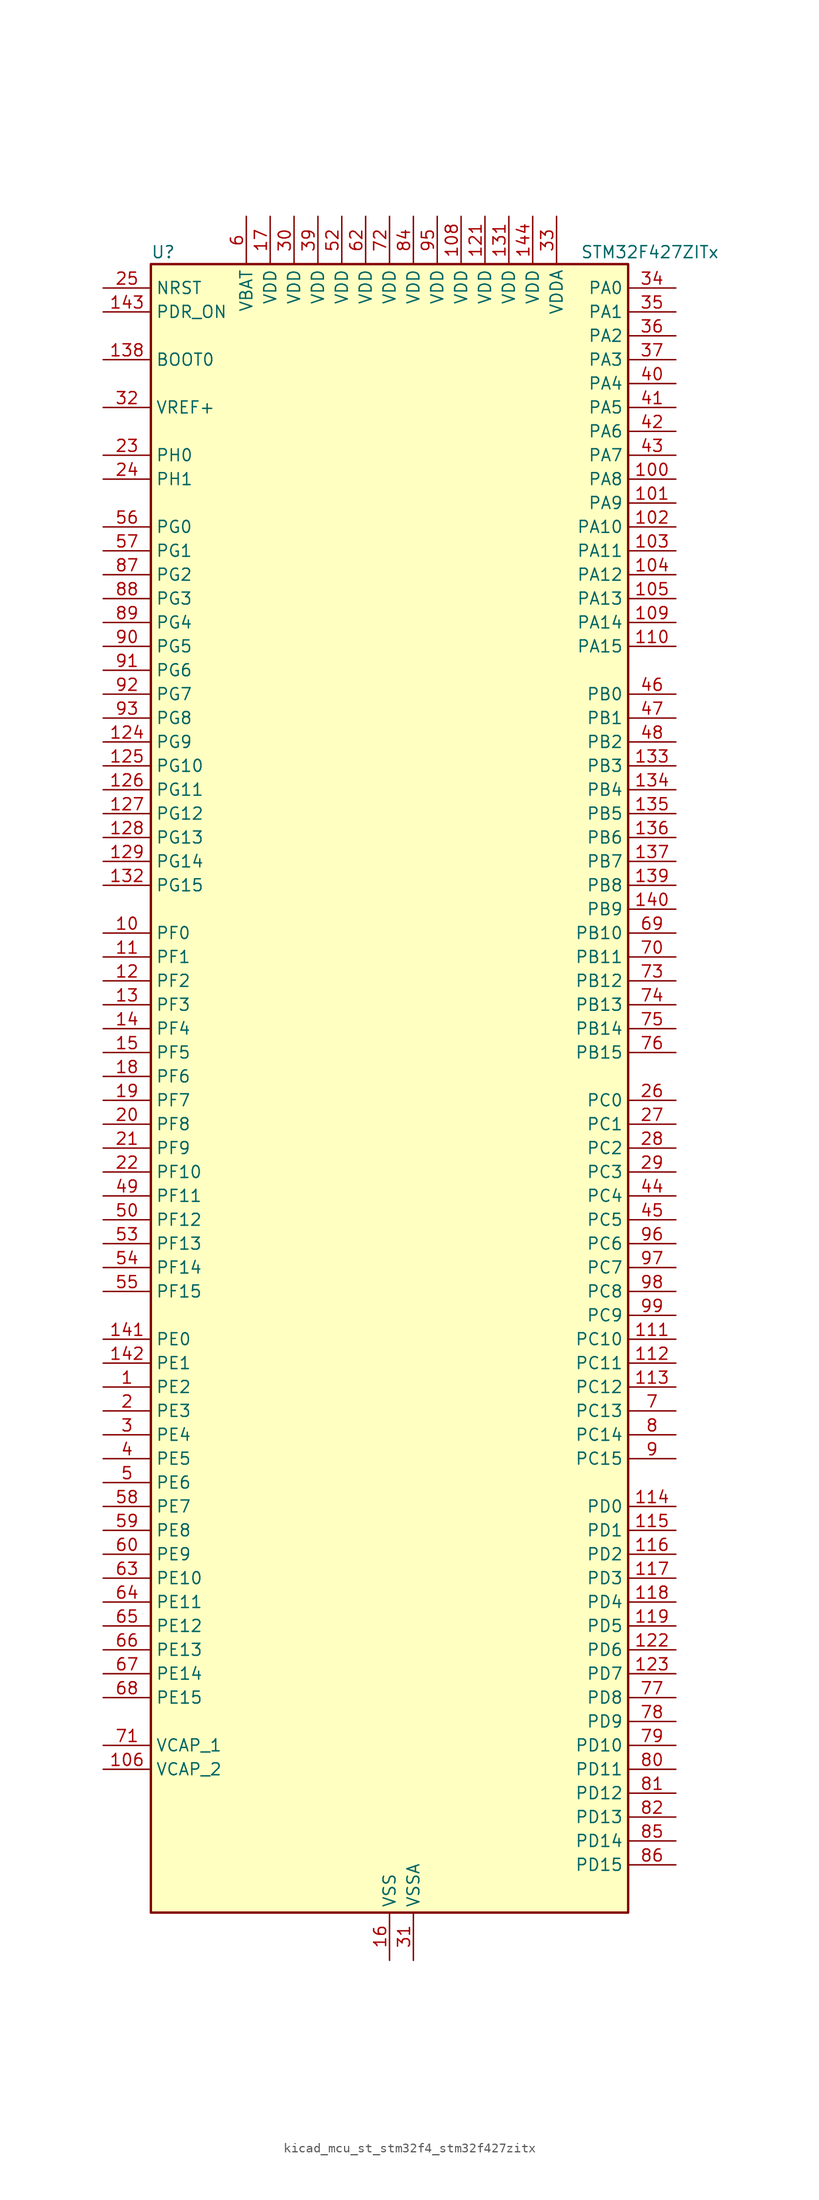
<source format=kicad_sym>
(kicad_symbol_lib
  (version 20220914)
  (generator kicad_symbol_editor)
  (symbol "kicad_mcu_st_stm32f4_stm32f427zitx"
    (property "Reference" "U"
      (at -25.4 90.17 0)
      (effects (font (size 1.27 1.27)) (justify left)))
    (property "Value" "STM32F427ZITx"
      (at 20.32 90.17 0)
      (effects (font (size 1.27 1.27)) (justify left)))
    (property "ki_locked" ""
      (at 0 0 0)
      (effects (font (size 1.27 1.27))))
    (symbol "kicad_mcu_st_stm32f4_stm32f427zitx_0_1"
      (rectangle (start -25.4 -86.36) (end 25.4 88.9) (stroke (width 0.254) (type default)) (fill (type background))))
    (symbol "kicad_mcu_st_stm32f4_stm32f427zitx_1_1"
      (pin bidirectional line (at -30.48 -30.48 0) (length 5.08) (name "PE2" (effects (font (size 1.27 1.27)))) (number "1" (effects (font (size 1.27 1.27)))) (alternate "ETH_TXD3" bidirectional line) (alternate "FMC_A23" bidirectional line) (alternate "SAI1_MCLK_A" bidirectional line) (alternate "SPI4_SCK" bidirectional line) (alternate "SYS_TRACECLK" bidirectional line))
      (pin bidirectional line (at -30.48 17.78 0) (length 5.08) (name "PF0" (effects (font (size 1.27 1.27)))) (number "10" (effects (font (size 1.27 1.27)))) (alternate "FMC_A0" bidirectional line) (alternate "I2C2_SDA" bidirectional line))
      (pin bidirectional line (at 30.48 66.04 180) (length 5.08) (name "PA8" (effects (font (size 1.27 1.27)))) (number "100" (effects (font (size 1.27 1.27)))) (alternate "I2C3_SCL" bidirectional line) (alternate "RCC_MCO_1" bidirectional line) (alternate "TIM1_CH1" bidirectional line) (alternate "USART1_CK" bidirectional line) (alternate "USB_OTG_FS_SOF" bidirectional line))
      (pin bidirectional line (at 30.48 63.5 180) (length 5.08) (name "PA9" (effects (font (size 1.27 1.27)))) (number "101" (effects (font (size 1.27 1.27)))) (alternate "DAC_EXTI9" bidirectional line) (alternate "DCMI_D0" bidirectional line) (alternate "I2C3_SMBA" bidirectional line) (alternate "TIM1_CH2" bidirectional line) (alternate "USART1_TX" bidirectional line) (alternate "USB_OTG_FS_VBUS" bidirectional line))
      (pin bidirectional line (at 30.48 60.96 180) (length 5.08) (name "PA10" (effects (font (size 1.27 1.27)))) (number "102" (effects (font (size 1.27 1.27)))) (alternate "DCMI_D1" bidirectional line) (alternate "TIM1_CH3" bidirectional line) (alternate "USART1_RX" bidirectional line) (alternate "USB_OTG_FS_ID" bidirectional line))
      (pin bidirectional line (at 30.48 58.42 180) (length 5.08) (name "PA11" (effects (font (size 1.27 1.27)))) (number "103" (effects (font (size 1.27 1.27)))) (alternate "ADC1_EXTI11" bidirectional line) (alternate "ADC2_EXTI11" bidirectional line) (alternate "ADC3_EXTI11" bidirectional line) (alternate "CAN1_RX" bidirectional line) (alternate "TIM1_CH4" bidirectional line) (alternate "USART1_CTS" bidirectional line) (alternate "USB_OTG_FS_DM" bidirectional line))
      (pin bidirectional line (at 30.48 55.88 180) (length 5.08) (name "PA12" (effects (font (size 1.27 1.27)))) (number "104" (effects (font (size 1.27 1.27)))) (alternate "CAN1_TX" bidirectional line) (alternate "TIM1_ETR" bidirectional line) (alternate "USART1_RTS" bidirectional line) (alternate "USB_OTG_FS_DP" bidirectional line))
      (pin bidirectional line (at 30.48 53.34 180) (length 5.08) (name "PA13" (effects (font (size 1.27 1.27)))) (number "105" (effects (font (size 1.27 1.27)))) (alternate "SYS_JTMS-SWDIO" bidirectional line))
      (pin power_out line (at -30.48 -71.12 0) (length 5.08) (name "VCAP_2" (effects (font (size 1.27 1.27)))) (number "106" (effects (font (size 1.27 1.27)))))
      (pin passive line (at 0 -91.44 90) (length 5.08) hide (name "VSS" (effects (font (size 1.27 1.27)))) (number "107" (effects (font (size 1.27 1.27)))))
      (pin power_in line (at 7.62 93.98 270) (length 5.08) (name "VDD" (effects (font (size 1.27 1.27)))) (number "108" (effects (font (size 1.27 1.27)))))
      (pin bidirectional line (at 30.48 50.8 180) (length 5.08) (name "PA14" (effects (font (size 1.27 1.27)))) (number "109" (effects (font (size 1.27 1.27)))) (alternate "SYS_JTCK-SWCLK" bidirectional line))
      (pin bidirectional line (at -30.48 15.24 0) (length 5.08) (name "PF1" (effects (font (size 1.27 1.27)))) (number "11" (effects (font (size 1.27 1.27)))) (alternate "FMC_A1" bidirectional line) (alternate "I2C2_SCL" bidirectional line))
      (pin bidirectional line (at 30.48 48.26 180) (length 5.08) (name "PA15" (effects (font (size 1.27 1.27)))) (number "110" (effects (font (size 1.27 1.27)))) (alternate "ADC1_EXTI15" bidirectional line) (alternate "ADC2_EXTI15" bidirectional line) (alternate "ADC3_EXTI15" bidirectional line) (alternate "I2S3_WS" bidirectional line) (alternate "SPI1_NSS" bidirectional line) (alternate "SPI3_NSS" bidirectional line) (alternate "SYS_JTDI" bidirectional line) (alternate "TIM2_CH1" bidirectional line) (alternate "TIM2_ETR" bidirectional line))
      (pin bidirectional line (at 30.48 -25.4 180) (length 5.08) (name "PC10" (effects (font (size 1.27 1.27)))) (number "111" (effects (font (size 1.27 1.27)))) (alternate "DCMI_D8" bidirectional line) (alternate "I2S3_CK" bidirectional line) (alternate "SDIO_D2" bidirectional line) (alternate "SPI3_SCK" bidirectional line) (alternate "UART4_TX" bidirectional line) (alternate "USART3_TX" bidirectional line))
      (pin bidirectional line (at 30.48 -27.94 180) (length 5.08) (name "PC11" (effects (font (size 1.27 1.27)))) (number "112" (effects (font (size 1.27 1.27)))) (alternate "ADC1_EXTI11" bidirectional line) (alternate "ADC2_EXTI11" bidirectional line) (alternate "ADC3_EXTI11" bidirectional line) (alternate "DCMI_D4" bidirectional line) (alternate "I2S3_ext_SD" bidirectional line) (alternate "SDIO_D3" bidirectional line) (alternate "SPI3_MISO" bidirectional line) (alternate "UART4_RX" bidirectional line) (alternate "USART3_RX" bidirectional line))
      (pin bidirectional line (at 30.48 -30.48 180) (length 5.08) (name "PC12" (effects (font (size 1.27 1.27)))) (number "113" (effects (font (size 1.27 1.27)))) (alternate "DCMI_D9" bidirectional line) (alternate "I2S3_SD" bidirectional line) (alternate "SDIO_CK" bidirectional line) (alternate "SPI3_MOSI" bidirectional line) (alternate "UART5_TX" bidirectional line) (alternate "USART3_CK" bidirectional line))
      (pin bidirectional line (at 30.48 -43.18 180) (length 5.08) (name "PD0" (effects (font (size 1.27 1.27)))) (number "114" (effects (font (size 1.27 1.27)))) (alternate "CAN1_RX" bidirectional line) (alternate "FMC_D2" bidirectional line) (alternate "FMC_DA2" bidirectional line))
      (pin bidirectional line (at 30.48 -45.72 180) (length 5.08) (name "PD1" (effects (font (size 1.27 1.27)))) (number "115" (effects (font (size 1.27 1.27)))) (alternate "CAN1_TX" bidirectional line) (alternate "FMC_D3" bidirectional line) (alternate "FMC_DA3" bidirectional line))
      (pin bidirectional line (at 30.48 -48.26 180) (length 5.08) (name "PD2" (effects (font (size 1.27 1.27)))) (number "116" (effects (font (size 1.27 1.27)))) (alternate "DCMI_D11" bidirectional line) (alternate "SDIO_CMD" bidirectional line) (alternate "TIM3_ETR" bidirectional line) (alternate "UART5_RX" bidirectional line))
      (pin bidirectional line (at 30.48 -50.8 180) (length 5.08) (name "PD3" (effects (font (size 1.27 1.27)))) (number "117" (effects (font (size 1.27 1.27)))) (alternate "DCMI_D5" bidirectional line) (alternate "FMC_CLK" bidirectional line) (alternate "I2S2_CK" bidirectional line) (alternate "SPI2_SCK" bidirectional line) (alternate "USART2_CTS" bidirectional line))
      (pin bidirectional line (at 30.48 -53.34 180) (length 5.08) (name "PD4" (effects (font (size 1.27 1.27)))) (number "118" (effects (font (size 1.27 1.27)))) (alternate "FMC_NOE" bidirectional line) (alternate "USART2_RTS" bidirectional line))
      (pin bidirectional line (at 30.48 -55.88 180) (length 5.08) (name "PD5" (effects (font (size 1.27 1.27)))) (number "119" (effects (font (size 1.27 1.27)))) (alternate "FMC_NWE" bidirectional line) (alternate "USART2_TX" bidirectional line))
      (pin bidirectional line (at -30.48 12.7 0) (length 5.08) (name "PF2" (effects (font (size 1.27 1.27)))) (number "12" (effects (font (size 1.27 1.27)))) (alternate "FMC_A2" bidirectional line) (alternate "I2C2_SMBA" bidirectional line))
      (pin passive line (at 0 -91.44 90) (length 5.08) hide (name "VSS" (effects (font (size 1.27 1.27)))) (number "120" (effects (font (size 1.27 1.27)))))
      (pin power_in line (at 10.16 93.98 270) (length 5.08) (name "VDD" (effects (font (size 1.27 1.27)))) (number "121" (effects (font (size 1.27 1.27)))))
      (pin bidirectional line (at 30.48 -58.42 180) (length 5.08) (name "PD6" (effects (font (size 1.27 1.27)))) (number "122" (effects (font (size 1.27 1.27)))) (alternate "DCMI_D10" bidirectional line) (alternate "FMC_NWAIT" bidirectional line) (alternate "I2S3_SD" bidirectional line) (alternate "SAI1_SD_A" bidirectional line) (alternate "SPI3_MOSI" bidirectional line) (alternate "USART2_RX" bidirectional line))
      (pin bidirectional line (at 30.48 -60.96 180) (length 5.08) (name "PD7" (effects (font (size 1.27 1.27)))) (number "123" (effects (font (size 1.27 1.27)))) (alternate "FMC_NCE2" bidirectional line) (alternate "FMC_NE1" bidirectional line) (alternate "USART2_CK" bidirectional line))
      (pin bidirectional line (at -30.48 38.1 0) (length 5.08) (name "PG9" (effects (font (size 1.27 1.27)))) (number "124" (effects (font (size 1.27 1.27)))) (alternate "DAC_EXTI9" bidirectional line) (alternate "DCMI_VSYNC" bidirectional line) (alternate "FMC_NCE3" bidirectional line) (alternate "FMC_NE2" bidirectional line) (alternate "USART6_RX" bidirectional line))
      (pin bidirectional line (at -30.48 35.56 0) (length 5.08) (name "PG10" (effects (font (size 1.27 1.27)))) (number "125" (effects (font (size 1.27 1.27)))) (alternate "DCMI_D2" bidirectional line) (alternate "FMC_NCE4_1" bidirectional line) (alternate "FMC_NE3" bidirectional line))
      (pin bidirectional line (at -30.48 33.02 0) (length 5.08) (name "PG11" (effects (font (size 1.27 1.27)))) (number "126" (effects (font (size 1.27 1.27)))) (alternate "ADC1_EXTI11" bidirectional line) (alternate "ADC2_EXTI11" bidirectional line) (alternate "ADC3_EXTI11" bidirectional line) (alternate "DCMI_D3" bidirectional line) (alternate "ETH_TX_EN" bidirectional line) (alternate "FMC_NCE4_2" bidirectional line))
      (pin bidirectional line (at -30.48 30.48 0) (length 5.08) (name "PG12" (effects (font (size 1.27 1.27)))) (number "127" (effects (font (size 1.27 1.27)))) (alternate "FMC_NE4" bidirectional line) (alternate "SPI6_MISO" bidirectional line) (alternate "USART6_RTS" bidirectional line))
      (pin bidirectional line (at -30.48 27.94 0) (length 5.08) (name "PG13" (effects (font (size 1.27 1.27)))) (number "128" (effects (font (size 1.27 1.27)))) (alternate "ETH_TXD0" bidirectional line) (alternate "FMC_A24" bidirectional line) (alternate "SPI6_SCK" bidirectional line) (alternate "USART6_CTS" bidirectional line))
      (pin bidirectional line (at -30.48 25.4 0) (length 5.08) (name "PG14" (effects (font (size 1.27 1.27)))) (number "129" (effects (font (size 1.27 1.27)))) (alternate "ETH_TXD1" bidirectional line) (alternate "FMC_A25" bidirectional line) (alternate "SPI6_MOSI" bidirectional line) (alternate "USART6_TX" bidirectional line))
      (pin bidirectional line (at -30.48 10.16 0) (length 5.08) (name "PF3" (effects (font (size 1.27 1.27)))) (number "13" (effects (font (size 1.27 1.27)))) (alternate "ADC3_IN9" bidirectional line) (alternate "FMC_A3" bidirectional line))
      (pin passive line (at 0 -91.44 90) (length 5.08) hide (name "VSS" (effects (font (size 1.27 1.27)))) (number "130" (effects (font (size 1.27 1.27)))))
      (pin power_in line (at 12.7 93.98 270) (length 5.08) (name "VDD" (effects (font (size 1.27 1.27)))) (number "131" (effects (font (size 1.27 1.27)))))
      (pin bidirectional line (at -30.48 22.86 0) (length 5.08) (name "PG15" (effects (font (size 1.27 1.27)))) (number "132" (effects (font (size 1.27 1.27)))) (alternate "ADC1_EXTI15" bidirectional line) (alternate "ADC2_EXTI15" bidirectional line) (alternate "ADC3_EXTI15" bidirectional line) (alternate "DCMI_D13" bidirectional line) (alternate "FMC_SDNCAS" bidirectional line) (alternate "USART6_CTS" bidirectional line))
      (pin bidirectional line (at 30.48 35.56 180) (length 5.08) (name "PB3" (effects (font (size 1.27 1.27)))) (number "133" (effects (font (size 1.27 1.27)))) (alternate "I2S3_CK" bidirectional line) (alternate "SPI1_SCK" bidirectional line) (alternate "SPI3_SCK" bidirectional line) (alternate "SYS_JTDO-SWO" bidirectional line) (alternate "TIM2_CH2" bidirectional line))
      (pin bidirectional line (at 30.48 33.02 180) (length 5.08) (name "PB4" (effects (font (size 1.27 1.27)))) (number "134" (effects (font (size 1.27 1.27)))) (alternate "I2S3_ext_SD" bidirectional line) (alternate "SPI1_MISO" bidirectional line) (alternate "SPI3_MISO" bidirectional line) (alternate "SYS_JTRST" bidirectional line) (alternate "TIM3_CH1" bidirectional line))
      (pin bidirectional line (at 30.48 30.48 180) (length 5.08) (name "PB5" (effects (font (size 1.27 1.27)))) (number "135" (effects (font (size 1.27 1.27)))) (alternate "CAN2_RX" bidirectional line) (alternate "DCMI_D10" bidirectional line) (alternate "ETH_PPS_OUT" bidirectional line) (alternate "FMC_SDCKE1" bidirectional line) (alternate "I2C1_SMBA" bidirectional line) (alternate "I2S3_SD" bidirectional line) (alternate "SPI1_MOSI" bidirectional line) (alternate "SPI3_MOSI" bidirectional line) (alternate "TIM3_CH2" bidirectional line) (alternate "USB_OTG_HS_ULPI_D7" bidirectional line))
      (pin bidirectional line (at 30.48 27.94 180) (length 5.08) (name "PB6" (effects (font (size 1.27 1.27)))) (number "136" (effects (font (size 1.27 1.27)))) (alternate "CAN2_TX" bidirectional line) (alternate "DCMI_D5" bidirectional line) (alternate "FMC_SDNE1" bidirectional line) (alternate "I2C1_SCL" bidirectional line) (alternate "TIM4_CH1" bidirectional line) (alternate "USART1_TX" bidirectional line))
      (pin bidirectional line (at 30.48 25.4 180) (length 5.08) (name "PB7" (effects (font (size 1.27 1.27)))) (number "137" (effects (font (size 1.27 1.27)))) (alternate "DCMI_VSYNC" bidirectional line) (alternate "FMC_NL" bidirectional line) (alternate "I2C1_SDA" bidirectional line) (alternate "TIM4_CH2" bidirectional line) (alternate "USART1_RX" bidirectional line))
      (pin input line (at -30.48 78.74 0) (length 5.08) (name "BOOT0" (effects (font (size 1.27 1.27)))) (number "138" (effects (font (size 1.27 1.27)))))
      (pin bidirectional line (at 30.48 22.86 180) (length 5.08) (name "PB8" (effects (font (size 1.27 1.27)))) (number "139" (effects (font (size 1.27 1.27)))) (alternate "CAN1_RX" bidirectional line) (alternate "DCMI_D6" bidirectional line) (alternate "ETH_TXD3" bidirectional line) (alternate "I2C1_SCL" bidirectional line) (alternate "SDIO_D4" bidirectional line) (alternate "TIM10_CH1" bidirectional line) (alternate "TIM4_CH3" bidirectional line))
      (pin bidirectional line (at -30.48 7.62 0) (length 5.08) (name "PF4" (effects (font (size 1.27 1.27)))) (number "14" (effects (font (size 1.27 1.27)))) (alternate "ADC3_IN14" bidirectional line) (alternate "FMC_A4" bidirectional line))
      (pin bidirectional line (at 30.48 20.32 180) (length 5.08) (name "PB9" (effects (font (size 1.27 1.27)))) (number "140" (effects (font (size 1.27 1.27)))) (alternate "CAN1_TX" bidirectional line) (alternate "DAC_EXTI9" bidirectional line) (alternate "DCMI_D7" bidirectional line) (alternate "I2C1_SDA" bidirectional line) (alternate "I2S2_WS" bidirectional line) (alternate "SDIO_D5" bidirectional line) (alternate "SPI2_NSS" bidirectional line) (alternate "TIM11_CH1" bidirectional line) (alternate "TIM4_CH4" bidirectional line))
      (pin bidirectional line (at -30.48 -25.4 0) (length 5.08) (name "PE0" (effects (font (size 1.27 1.27)))) (number "141" (effects (font (size 1.27 1.27)))) (alternate "DCMI_D2" bidirectional line) (alternate "FMC_NBL0" bidirectional line) (alternate "TIM4_ETR" bidirectional line) (alternate "UART8_RX" bidirectional line))
      (pin bidirectional line (at -30.48 -27.94 0) (length 5.08) (name "PE1" (effects (font (size 1.27 1.27)))) (number "142" (effects (font (size 1.27 1.27)))) (alternate "DCMI_D3" bidirectional line) (alternate "FMC_NBL1" bidirectional line) (alternate "UART8_TX" bidirectional line))
      (pin input line (at -30.48 83.82 0) (length 5.08) (name "PDR_ON" (effects (font (size 1.27 1.27)))) (number "143" (effects (font (size 1.27 1.27)))))
      (pin power_in line (at 15.24 93.98 270) (length 5.08) (name "VDD" (effects (font (size 1.27 1.27)))) (number "144" (effects (font (size 1.27 1.27)))))
      (pin bidirectional line (at -30.48 5.08 0) (length 5.08) (name "PF5" (effects (font (size 1.27 1.27)))) (number "15" (effects (font (size 1.27 1.27)))) (alternate "ADC3_IN15" bidirectional line) (alternate "FMC_A5" bidirectional line))
      (pin power_in line (at 0 -91.44 90) (length 5.08) (name "VSS" (effects (font (size 1.27 1.27)))) (number "16" (effects (font (size 1.27 1.27)))))
      (pin power_in line (at -12.7 93.98 270) (length 5.08) (name "VDD" (effects (font (size 1.27 1.27)))) (number "17" (effects (font (size 1.27 1.27)))))
      (pin bidirectional line (at -30.48 2.54 0) (length 5.08) (name "PF6" (effects (font (size 1.27 1.27)))) (number "18" (effects (font (size 1.27 1.27)))) (alternate "ADC3_IN4" bidirectional line) (alternate "FMC_NIORD" bidirectional line) (alternate "SAI1_SD_B" bidirectional line) (alternate "SPI5_NSS" bidirectional line) (alternate "TIM10_CH1" bidirectional line) (alternate "UART7_RX" bidirectional line))
      (pin bidirectional line (at -30.48 0 0) (length 5.08) (name "PF7" (effects (font (size 1.27 1.27)))) (number "19" (effects (font (size 1.27 1.27)))) (alternate "ADC3_IN5" bidirectional line) (alternate "FMC_NREG" bidirectional line) (alternate "SAI1_MCLK_B" bidirectional line) (alternate "SPI5_SCK" bidirectional line) (alternate "TIM11_CH1" bidirectional line) (alternate "UART7_TX" bidirectional line))
      (pin bidirectional line (at -30.48 -33.02 0) (length 5.08) (name "PE3" (effects (font (size 1.27 1.27)))) (number "2" (effects (font (size 1.27 1.27)))) (alternate "FMC_A19" bidirectional line) (alternate "SAI1_SD_B" bidirectional line) (alternate "SYS_TRACED0" bidirectional line))
      (pin bidirectional line (at -30.48 -2.54 0) (length 5.08) (name "PF8" (effects (font (size 1.27 1.27)))) (number "20" (effects (font (size 1.27 1.27)))) (alternate "ADC3_IN6" bidirectional line) (alternate "FMC_NIOWR" bidirectional line) (alternate "SAI1_SCK_B" bidirectional line) (alternate "SPI5_MISO" bidirectional line) (alternate "TIM13_CH1" bidirectional line))
      (pin bidirectional line (at -30.48 -5.08 0) (length 5.08) (name "PF9" (effects (font (size 1.27 1.27)))) (number "21" (effects (font (size 1.27 1.27)))) (alternate "ADC3_IN7" bidirectional line) (alternate "DAC_EXTI9" bidirectional line) (alternate "FMC_CD" bidirectional line) (alternate "SAI1_FS_B" bidirectional line) (alternate "SPI5_MOSI" bidirectional line) (alternate "TIM14_CH1" bidirectional line))
      (pin bidirectional line (at -30.48 -7.62 0) (length 5.08) (name "PF10" (effects (font (size 1.27 1.27)))) (number "22" (effects (font (size 1.27 1.27)))) (alternate "ADC3_IN8" bidirectional line) (alternate "DCMI_D11" bidirectional line) (alternate "FMC_INTR" bidirectional line))
      (pin bidirectional line (at -30.48 68.58 0) (length 5.08) (name "PH0" (effects (font (size 1.27 1.27)))) (number "23" (effects (font (size 1.27 1.27)))) (alternate "RCC_OSC_IN" bidirectional line))
      (pin bidirectional line (at -30.48 66.04 0) (length 5.08) (name "PH1" (effects (font (size 1.27 1.27)))) (number "24" (effects (font (size 1.27 1.27)))) (alternate "RCC_OSC_OUT" bidirectional line))
      (pin input line (at -30.48 86.36 0) (length 5.08) (name "NRST" (effects (font (size 1.27 1.27)))) (number "25" (effects (font (size 1.27 1.27)))))
      (pin bidirectional line (at 30.48 0 180) (length 5.08) (name "PC0" (effects (font (size 1.27 1.27)))) (number "26" (effects (font (size 1.27 1.27)))) (alternate "ADC1_IN10" bidirectional line) (alternate "ADC2_IN10" bidirectional line) (alternate "ADC3_IN10" bidirectional line) (alternate "FMC_SDNWE" bidirectional line) (alternate "USB_OTG_HS_ULPI_STP" bidirectional line))
      (pin bidirectional line (at 30.48 -2.54 180) (length 5.08) (name "PC1" (effects (font (size 1.27 1.27)))) (number "27" (effects (font (size 1.27 1.27)))) (alternate "ADC1_IN11" bidirectional line) (alternate "ADC2_IN11" bidirectional line) (alternate "ADC3_IN11" bidirectional line) (alternate "ETH_MDC" bidirectional line))
      (pin bidirectional line (at 30.48 -5.08 180) (length 5.08) (name "PC2" (effects (font (size 1.27 1.27)))) (number "28" (effects (font (size 1.27 1.27)))) (alternate "ADC1_IN12" bidirectional line) (alternate "ADC2_IN12" bidirectional line) (alternate "ADC3_IN12" bidirectional line) (alternate "ETH_TXD2" bidirectional line) (alternate "FMC_SDNE0" bidirectional line) (alternate "I2S2_ext_SD" bidirectional line) (alternate "SPI2_MISO" bidirectional line) (alternate "USB_OTG_HS_ULPI_DIR" bidirectional line))
      (pin bidirectional line (at 30.48 -7.62 180) (length 5.08) (name "PC3" (effects (font (size 1.27 1.27)))) (number "29" (effects (font (size 1.27 1.27)))) (alternate "ADC1_IN13" bidirectional line) (alternate "ADC2_IN13" bidirectional line) (alternate "ADC3_IN13" bidirectional line) (alternate "ETH_TX_CLK" bidirectional line) (alternate "FMC_SDCKE0" bidirectional line) (alternate "I2S2_SD" bidirectional line) (alternate "SPI2_MOSI" bidirectional line) (alternate "USB_OTG_HS_ULPI_NXT" bidirectional line))
      (pin bidirectional line (at -30.48 -35.56 0) (length 5.08) (name "PE4" (effects (font (size 1.27 1.27)))) (number "3" (effects (font (size 1.27 1.27)))) (alternate "DCMI_D4" bidirectional line) (alternate "FMC_A20" bidirectional line) (alternate "SAI1_FS_A" bidirectional line) (alternate "SPI4_NSS" bidirectional line) (alternate "SYS_TRACED1" bidirectional line))
      (pin power_in line (at -10.16 93.98 270) (length 5.08) (name "VDD" (effects (font (size 1.27 1.27)))) (number "30" (effects (font (size 1.27 1.27)))))
      (pin power_in line (at 2.54 -91.44 90) (length 5.08) (name "VSSA" (effects (font (size 1.27 1.27)))) (number "31" (effects (font (size 1.27 1.27)))))
      (pin input line (at -30.48 73.66 0) (length 5.08) (name "VREF+" (effects (font (size 1.27 1.27)))) (number "32" (effects (font (size 1.27 1.27)))))
      (pin power_in line (at 17.78 93.98 270) (length 5.08) (name "VDDA" (effects (font (size 1.27 1.27)))) (number "33" (effects (font (size 1.27 1.27)))))
      (pin bidirectional line (at 30.48 86.36 180) (length 5.08) (name "PA0" (effects (font (size 1.27 1.27)))) (number "34" (effects (font (size 1.27 1.27)))) (alternate "ADC1_IN0" bidirectional line) (alternate "ADC2_IN0" bidirectional line) (alternate "ADC3_IN0" bidirectional line) (alternate "ETH_CRS" bidirectional line) (alternate "SYS_WKUP" bidirectional line) (alternate "TIM2_CH1" bidirectional line) (alternate "TIM2_ETR" bidirectional line) (alternate "TIM5_CH1" bidirectional line) (alternate "TIM8_ETR" bidirectional line) (alternate "UART4_TX" bidirectional line) (alternate "USART2_CTS" bidirectional line))
      (pin bidirectional line (at 30.48 83.82 180) (length 5.08) (name "PA1" (effects (font (size 1.27 1.27)))) (number "35" (effects (font (size 1.27 1.27)))) (alternate "ADC1_IN1" bidirectional line) (alternate "ADC2_IN1" bidirectional line) (alternate "ADC3_IN1" bidirectional line) (alternate "ETH_REF_CLK" bidirectional line) (alternate "ETH_RX_CLK" bidirectional line) (alternate "TIM2_CH2" bidirectional line) (alternate "TIM5_CH2" bidirectional line) (alternate "UART4_RX" bidirectional line) (alternate "USART2_RTS" bidirectional line))
      (pin bidirectional line (at 30.48 81.28 180) (length 5.08) (name "PA2" (effects (font (size 1.27 1.27)))) (number "36" (effects (font (size 1.27 1.27)))) (alternate "ADC1_IN2" bidirectional line) (alternate "ADC2_IN2" bidirectional line) (alternate "ADC3_IN2" bidirectional line) (alternate "ETH_MDIO" bidirectional line) (alternate "TIM2_CH3" bidirectional line) (alternate "TIM5_CH3" bidirectional line) (alternate "TIM9_CH1" bidirectional line) (alternate "USART2_TX" bidirectional line))
      (pin bidirectional line (at 30.48 78.74 180) (length 5.08) (name "PA3" (effects (font (size 1.27 1.27)))) (number "37" (effects (font (size 1.27 1.27)))) (alternate "ADC1_IN3" bidirectional line) (alternate "ADC2_IN3" bidirectional line) (alternate "ADC3_IN3" bidirectional line) (alternate "ETH_COL" bidirectional line) (alternate "TIM2_CH4" bidirectional line) (alternate "TIM5_CH4" bidirectional line) (alternate "TIM9_CH2" bidirectional line) (alternate "USART2_RX" bidirectional line) (alternate "USB_OTG_HS_ULPI_D0" bidirectional line))
      (pin passive line (at 0 -91.44 90) (length 5.08) hide (name "VSS" (effects (font (size 1.27 1.27)))) (number "38" (effects (font (size 1.27 1.27)))))
      (pin power_in line (at -7.62 93.98 270) (length 5.08) (name "VDD" (effects (font (size 1.27 1.27)))) (number "39" (effects (font (size 1.27 1.27)))))
      (pin bidirectional line (at -30.48 -38.1 0) (length 5.08) (name "PE5" (effects (font (size 1.27 1.27)))) (number "4" (effects (font (size 1.27 1.27)))) (alternate "DCMI_D6" bidirectional line) (alternate "FMC_A21" bidirectional line) (alternate "SAI1_SCK_A" bidirectional line) (alternate "SPI4_MISO" bidirectional line) (alternate "SYS_TRACED2" bidirectional line) (alternate "TIM9_CH1" bidirectional line))
      (pin bidirectional line (at 30.48 76.2 180) (length 5.08) (name "PA4" (effects (font (size 1.27 1.27)))) (number "40" (effects (font (size 1.27 1.27)))) (alternate "ADC1_IN4" bidirectional line) (alternate "ADC2_IN4" bidirectional line) (alternate "DAC_OUT1" bidirectional line) (alternate "DCMI_HSYNC" bidirectional line) (alternate "I2S3_WS" bidirectional line) (alternate "SPI1_NSS" bidirectional line) (alternate "SPI3_NSS" bidirectional line) (alternate "USART2_CK" bidirectional line) (alternate "USB_OTG_HS_SOF" bidirectional line))
      (pin bidirectional line (at 30.48 73.66 180) (length 5.08) (name "PA5" (effects (font (size 1.27 1.27)))) (number "41" (effects (font (size 1.27 1.27)))) (alternate "ADC1_IN5" bidirectional line) (alternate "ADC2_IN5" bidirectional line) (alternate "DAC_OUT2" bidirectional line) (alternate "SPI1_SCK" bidirectional line) (alternate "TIM2_CH1" bidirectional line) (alternate "TIM2_ETR" bidirectional line) (alternate "TIM8_CH1N" bidirectional line) (alternate "USB_OTG_HS_ULPI_CK" bidirectional line))
      (pin bidirectional line (at 30.48 71.12 180) (length 5.08) (name "PA6" (effects (font (size 1.27 1.27)))) (number "42" (effects (font (size 1.27 1.27)))) (alternate "ADC1_IN6" bidirectional line) (alternate "ADC2_IN6" bidirectional line) (alternate "DCMI_PIXCLK" bidirectional line) (alternate "SPI1_MISO" bidirectional line) (alternate "TIM13_CH1" bidirectional line) (alternate "TIM1_BKIN" bidirectional line) (alternate "TIM3_CH1" bidirectional line) (alternate "TIM8_BKIN" bidirectional line))
      (pin bidirectional line (at 30.48 68.58 180) (length 5.08) (name "PA7" (effects (font (size 1.27 1.27)))) (number "43" (effects (font (size 1.27 1.27)))) (alternate "ADC1_IN7" bidirectional line) (alternate "ADC2_IN7" bidirectional line) (alternate "ETH_CRS_DV" bidirectional line) (alternate "ETH_RX_DV" bidirectional line) (alternate "SPI1_MOSI" bidirectional line) (alternate "TIM14_CH1" bidirectional line) (alternate "TIM1_CH1N" bidirectional line) (alternate "TIM3_CH2" bidirectional line) (alternate "TIM8_CH1N" bidirectional line))
      (pin bidirectional line (at 30.48 -10.16 180) (length 5.08) (name "PC4" (effects (font (size 1.27 1.27)))) (number "44" (effects (font (size 1.27 1.27)))) (alternate "ADC1_IN14" bidirectional line) (alternate "ADC2_IN14" bidirectional line) (alternate "ETH_RXD0" bidirectional line))
      (pin bidirectional line (at 30.48 -12.7 180) (length 5.08) (name "PC5" (effects (font (size 1.27 1.27)))) (number "45" (effects (font (size 1.27 1.27)))) (alternate "ADC1_IN15" bidirectional line) (alternate "ADC2_IN15" bidirectional line) (alternate "ETH_RXD1" bidirectional line))
      (pin bidirectional line (at 30.48 43.18 180) (length 5.08) (name "PB0" (effects (font (size 1.27 1.27)))) (number "46" (effects (font (size 1.27 1.27)))) (alternate "ADC1_IN8" bidirectional line) (alternate "ADC2_IN8" bidirectional line) (alternate "ETH_RXD2" bidirectional line) (alternate "TIM1_CH2N" bidirectional line) (alternate "TIM3_CH3" bidirectional line) (alternate "TIM8_CH2N" bidirectional line) (alternate "USB_OTG_HS_ULPI_D1" bidirectional line))
      (pin bidirectional line (at 30.48 40.64 180) (length 5.08) (name "PB1" (effects (font (size 1.27 1.27)))) (number "47" (effects (font (size 1.27 1.27)))) (alternate "ADC1_IN9" bidirectional line) (alternate "ADC2_IN9" bidirectional line) (alternate "ETH_RXD3" bidirectional line) (alternate "TIM1_CH3N" bidirectional line) (alternate "TIM3_CH4" bidirectional line) (alternate "TIM8_CH3N" bidirectional line) (alternate "USB_OTG_HS_ULPI_D2" bidirectional line))
      (pin bidirectional line (at 30.48 38.1 180) (length 5.08) (name "PB2" (effects (font (size 1.27 1.27)))) (number "48" (effects (font (size 1.27 1.27)))))
      (pin bidirectional line (at -30.48 -10.16 0) (length 5.08) (name "PF11" (effects (font (size 1.27 1.27)))) (number "49" (effects (font (size 1.27 1.27)))) (alternate "ADC1_EXTI11" bidirectional line) (alternate "ADC2_EXTI11" bidirectional line) (alternate "ADC3_EXTI11" bidirectional line) (alternate "DCMI_D12" bidirectional line) (alternate "FMC_SDNRAS" bidirectional line) (alternate "SPI5_MOSI" bidirectional line))
      (pin bidirectional line (at -30.48 -40.64 0) (length 5.08) (name "PE6" (effects (font (size 1.27 1.27)))) (number "5" (effects (font (size 1.27 1.27)))) (alternate "DCMI_D7" bidirectional line) (alternate "FMC_A22" bidirectional line) (alternate "SAI1_SD_A" bidirectional line) (alternate "SPI4_MOSI" bidirectional line) (alternate "SYS_TRACED3" bidirectional line) (alternate "TIM9_CH2" bidirectional line))
      (pin bidirectional line (at -30.48 -12.7 0) (length 5.08) (name "PF12" (effects (font (size 1.27 1.27)))) (number "50" (effects (font (size 1.27 1.27)))) (alternate "FMC_A6" bidirectional line))
      (pin passive line (at 0 -91.44 90) (length 5.08) hide (name "VSS" (effects (font (size 1.27 1.27)))) (number "51" (effects (font (size 1.27 1.27)))))
      (pin power_in line (at -5.08 93.98 270) (length 5.08) (name "VDD" (effects (font (size 1.27 1.27)))) (number "52" (effects (font (size 1.27 1.27)))))
      (pin bidirectional line (at -30.48 -15.24 0) (length 5.08) (name "PF13" (effects (font (size 1.27 1.27)))) (number "53" (effects (font (size 1.27 1.27)))) (alternate "FMC_A7" bidirectional line))
      (pin bidirectional line (at -30.48 -17.78 0) (length 5.08) (name "PF14" (effects (font (size 1.27 1.27)))) (number "54" (effects (font (size 1.27 1.27)))) (alternate "FMC_A8" bidirectional line))
      (pin bidirectional line (at -30.48 -20.32 0) (length 5.08) (name "PF15" (effects (font (size 1.27 1.27)))) (number "55" (effects (font (size 1.27 1.27)))) (alternate "ADC1_EXTI15" bidirectional line) (alternate "ADC2_EXTI15" bidirectional line) (alternate "ADC3_EXTI15" bidirectional line) (alternate "FMC_A9" bidirectional line))
      (pin bidirectional line (at -30.48 60.96 0) (length 5.08) (name "PG0" (effects (font (size 1.27 1.27)))) (number "56" (effects (font (size 1.27 1.27)))) (alternate "FMC_A10" bidirectional line))
      (pin bidirectional line (at -30.48 58.42 0) (length 5.08) (name "PG1" (effects (font (size 1.27 1.27)))) (number "57" (effects (font (size 1.27 1.27)))) (alternate "FMC_A11" bidirectional line))
      (pin bidirectional line (at -30.48 -43.18 0) (length 5.08) (name "PE7" (effects (font (size 1.27 1.27)))) (number "58" (effects (font (size 1.27 1.27)))) (alternate "FMC_D4" bidirectional line) (alternate "FMC_DA4" bidirectional line) (alternate "TIM1_ETR" bidirectional line) (alternate "UART7_RX" bidirectional line))
      (pin bidirectional line (at -30.48 -45.72 0) (length 5.08) (name "PE8" (effects (font (size 1.27 1.27)))) (number "59" (effects (font (size 1.27 1.27)))) (alternate "FMC_D5" bidirectional line) (alternate "FMC_DA5" bidirectional line) (alternate "TIM1_CH1N" bidirectional line) (alternate "UART7_TX" bidirectional line))
      (pin power_in line (at -15.24 93.98 270) (length 5.08) (name "VBAT" (effects (font (size 1.27 1.27)))) (number "6" (effects (font (size 1.27 1.27)))))
      (pin bidirectional line (at -30.48 -48.26 0) (length 5.08) (name "PE9" (effects (font (size 1.27 1.27)))) (number "60" (effects (font (size 1.27 1.27)))) (alternate "DAC_EXTI9" bidirectional line) (alternate "FMC_D6" bidirectional line) (alternate "FMC_DA6" bidirectional line) (alternate "TIM1_CH1" bidirectional line))
      (pin passive line (at 0 -91.44 90) (length 5.08) hide (name "VSS" (effects (font (size 1.27 1.27)))) (number "61" (effects (font (size 1.27 1.27)))))
      (pin power_in line (at -2.54 93.98 270) (length 5.08) (name "VDD" (effects (font (size 1.27 1.27)))) (number "62" (effects (font (size 1.27 1.27)))))
      (pin bidirectional line (at -30.48 -50.8 0) (length 5.08) (name "PE10" (effects (font (size 1.27 1.27)))) (number "63" (effects (font (size 1.27 1.27)))) (alternate "FMC_D7" bidirectional line) (alternate "FMC_DA7" bidirectional line) (alternate "TIM1_CH2N" bidirectional line))
      (pin bidirectional line (at -30.48 -53.34 0) (length 5.08) (name "PE11" (effects (font (size 1.27 1.27)))) (number "64" (effects (font (size 1.27 1.27)))) (alternate "ADC1_EXTI11" bidirectional line) (alternate "ADC2_EXTI11" bidirectional line) (alternate "ADC3_EXTI11" bidirectional line) (alternate "FMC_D8" bidirectional line) (alternate "FMC_DA8" bidirectional line) (alternate "SPI4_NSS" bidirectional line) (alternate "TIM1_CH2" bidirectional line))
      (pin bidirectional line (at -30.48 -55.88 0) (length 5.08) (name "PE12" (effects (font (size 1.27 1.27)))) (number "65" (effects (font (size 1.27 1.27)))) (alternate "FMC_D9" bidirectional line) (alternate "FMC_DA9" bidirectional line) (alternate "SPI4_SCK" bidirectional line) (alternate "TIM1_CH3N" bidirectional line))
      (pin bidirectional line (at -30.48 -58.42 0) (length 5.08) (name "PE13" (effects (font (size 1.27 1.27)))) (number "66" (effects (font (size 1.27 1.27)))) (alternate "FMC_D10" bidirectional line) (alternate "FMC_DA10" bidirectional line) (alternate "SPI4_MISO" bidirectional line) (alternate "TIM1_CH3" bidirectional line))
      (pin bidirectional line (at -30.48 -60.96 0) (length 5.08) (name "PE14" (effects (font (size 1.27 1.27)))) (number "67" (effects (font (size 1.27 1.27)))) (alternate "FMC_D11" bidirectional line) (alternate "FMC_DA11" bidirectional line) (alternate "SPI4_MOSI" bidirectional line) (alternate "TIM1_CH4" bidirectional line))
      (pin bidirectional line (at -30.48 -63.5 0) (length 5.08) (name "PE15" (effects (font (size 1.27 1.27)))) (number "68" (effects (font (size 1.27 1.27)))) (alternate "ADC1_EXTI15" bidirectional line) (alternate "ADC2_EXTI15" bidirectional line) (alternate "ADC3_EXTI15" bidirectional line) (alternate "FMC_D12" bidirectional line) (alternate "FMC_DA12" bidirectional line) (alternate "TIM1_BKIN" bidirectional line))
      (pin bidirectional line (at 30.48 17.78 180) (length 5.08) (name "PB10" (effects (font (size 1.27 1.27)))) (number "69" (effects (font (size 1.27 1.27)))) (alternate "ETH_RX_ER" bidirectional line) (alternate "I2C2_SCL" bidirectional line) (alternate "I2S2_CK" bidirectional line) (alternate "SPI2_SCK" bidirectional line) (alternate "TIM2_CH3" bidirectional line) (alternate "USART3_TX" bidirectional line) (alternate "USB_OTG_HS_ULPI_D3" bidirectional line))
      (pin bidirectional line (at 30.48 -33.02 180) (length 5.08) (name "PC13" (effects (font (size 1.27 1.27)))) (number "7" (effects (font (size 1.27 1.27)))) (alternate "RTC_AF1" bidirectional line))
      (pin bidirectional line (at 30.48 15.24 180) (length 5.08) (name "PB11" (effects (font (size 1.27 1.27)))) (number "70" (effects (font (size 1.27 1.27)))) (alternate "ADC1_EXTI11" bidirectional line) (alternate "ADC2_EXTI11" bidirectional line) (alternate "ADC3_EXTI11" bidirectional line) (alternate "ETH_TX_EN" bidirectional line) (alternate "I2C2_SDA" bidirectional line) (alternate "TIM2_CH4" bidirectional line) (alternate "USART3_RX" bidirectional line) (alternate "USB_OTG_HS_ULPI_D4" bidirectional line))
      (pin power_out line (at -30.48 -68.58 0) (length 5.08) (name "VCAP_1" (effects (font (size 1.27 1.27)))) (number "71" (effects (font (size 1.27 1.27)))))
      (pin power_in line (at 0 93.98 270) (length 5.08) (name "VDD" (effects (font (size 1.27 1.27)))) (number "72" (effects (font (size 1.27 1.27)))))
      (pin bidirectional line (at 30.48 12.7 180) (length 5.08) (name "PB12" (effects (font (size 1.27 1.27)))) (number "73" (effects (font (size 1.27 1.27)))) (alternate "CAN2_RX" bidirectional line) (alternate "ETH_TXD0" bidirectional line) (alternate "I2C2_SMBA" bidirectional line) (alternate "I2S2_WS" bidirectional line) (alternate "SPI2_NSS" bidirectional line) (alternate "TIM1_BKIN" bidirectional line) (alternate "USART3_CK" bidirectional line) (alternate "USB_OTG_HS_ID" bidirectional line) (alternate "USB_OTG_HS_ULPI_D5" bidirectional line))
      (pin bidirectional line (at 30.48 10.16 180) (length 5.08) (name "PB13" (effects (font (size 1.27 1.27)))) (number "74" (effects (font (size 1.27 1.27)))) (alternate "CAN2_TX" bidirectional line) (alternate "ETH_TXD1" bidirectional line) (alternate "I2S2_CK" bidirectional line) (alternate "SPI2_SCK" bidirectional line) (alternate "TIM1_CH1N" bidirectional line) (alternate "USART3_CTS" bidirectional line) (alternate "USB_OTG_HS_ULPI_D6" bidirectional line) (alternate "USB_OTG_HS_VBUS" bidirectional line))
      (pin bidirectional line (at 30.48 7.62 180) (length 5.08) (name "PB14" (effects (font (size 1.27 1.27)))) (number "75" (effects (font (size 1.27 1.27)))) (alternate "I2S2_ext_SD" bidirectional line) (alternate "SPI2_MISO" bidirectional line) (alternate "TIM12_CH1" bidirectional line) (alternate "TIM1_CH2N" bidirectional line) (alternate "TIM8_CH2N" bidirectional line) (alternate "USART3_RTS" bidirectional line) (alternate "USB_OTG_HS_DM" bidirectional line))
      (pin bidirectional line (at 30.48 5.08 180) (length 5.08) (name "PB15" (effects (font (size 1.27 1.27)))) (number "76" (effects (font (size 1.27 1.27)))) (alternate "ADC1_EXTI15" bidirectional line) (alternate "ADC2_EXTI15" bidirectional line) (alternate "ADC3_EXTI15" bidirectional line) (alternate "I2S2_SD" bidirectional line) (alternate "RTC_REFIN" bidirectional line) (alternate "SPI2_MOSI" bidirectional line) (alternate "TIM12_CH2" bidirectional line) (alternate "TIM1_CH3N" bidirectional line) (alternate "TIM8_CH3N" bidirectional line) (alternate "USB_OTG_HS_DP" bidirectional line))
      (pin bidirectional line (at 30.48 -63.5 180) (length 5.08) (name "PD8" (effects (font (size 1.27 1.27)))) (number "77" (effects (font (size 1.27 1.27)))) (alternate "FMC_D13" bidirectional line) (alternate "FMC_DA13" bidirectional line) (alternate "USART3_TX" bidirectional line))
      (pin bidirectional line (at 30.48 -66.04 180) (length 5.08) (name "PD9" (effects (font (size 1.27 1.27)))) (number "78" (effects (font (size 1.27 1.27)))) (alternate "DAC_EXTI9" bidirectional line) (alternate "FMC_D14" bidirectional line) (alternate "FMC_DA14" bidirectional line) (alternate "USART3_RX" bidirectional line))
      (pin bidirectional line (at 30.48 -68.58 180) (length 5.08) (name "PD10" (effects (font (size 1.27 1.27)))) (number "79" (effects (font (size 1.27 1.27)))) (alternate "FMC_D15" bidirectional line) (alternate "FMC_DA15" bidirectional line) (alternate "USART3_CK" bidirectional line))
      (pin bidirectional line (at 30.48 -35.56 180) (length 5.08) (name "PC14" (effects (font (size 1.27 1.27)))) (number "8" (effects (font (size 1.27 1.27)))) (alternate "RCC_OSC32_IN" bidirectional line))
      (pin bidirectional line (at 30.48 -71.12 180) (length 5.08) (name "PD11" (effects (font (size 1.27 1.27)))) (number "80" (effects (font (size 1.27 1.27)))) (alternate "ADC1_EXTI11" bidirectional line) (alternate "ADC2_EXTI11" bidirectional line) (alternate "ADC3_EXTI11" bidirectional line) (alternate "FMC_A16" bidirectional line) (alternate "FMC_CLE" bidirectional line) (alternate "USART3_CTS" bidirectional line))
      (pin bidirectional line (at 30.48 -73.66 180) (length 5.08) (name "PD12" (effects (font (size 1.27 1.27)))) (number "81" (effects (font (size 1.27 1.27)))) (alternate "FMC_A17" bidirectional line) (alternate "FMC_ALE" bidirectional line) (alternate "TIM4_CH1" bidirectional line) (alternate "USART3_RTS" bidirectional line))
      (pin bidirectional line (at 30.48 -76.2 180) (length 5.08) (name "PD13" (effects (font (size 1.27 1.27)))) (number "82" (effects (font (size 1.27 1.27)))) (alternate "FMC_A18" bidirectional line) (alternate "TIM4_CH2" bidirectional line))
      (pin passive line (at 0 -91.44 90) (length 5.08) hide (name "VSS" (effects (font (size 1.27 1.27)))) (number "83" (effects (font (size 1.27 1.27)))))
      (pin power_in line (at 2.54 93.98 270) (length 5.08) (name "VDD" (effects (font (size 1.27 1.27)))) (number "84" (effects (font (size 1.27 1.27)))))
      (pin bidirectional line (at 30.48 -78.74 180) (length 5.08) (name "PD14" (effects (font (size 1.27 1.27)))) (number "85" (effects (font (size 1.27 1.27)))) (alternate "FMC_D0" bidirectional line) (alternate "FMC_DA0" bidirectional line) (alternate "TIM4_CH3" bidirectional line))
      (pin bidirectional line (at 30.48 -81.28 180) (length 5.08) (name "PD15" (effects (font (size 1.27 1.27)))) (number "86" (effects (font (size 1.27 1.27)))) (alternate "ADC1_EXTI15" bidirectional line) (alternate "ADC2_EXTI15" bidirectional line) (alternate "ADC3_EXTI15" bidirectional line) (alternate "FMC_D1" bidirectional line) (alternate "FMC_DA1" bidirectional line) (alternate "TIM4_CH4" bidirectional line))
      (pin bidirectional line (at -30.48 55.88 0) (length 5.08) (name "PG2" (effects (font (size 1.27 1.27)))) (number "87" (effects (font (size 1.27 1.27)))) (alternate "FMC_A12" bidirectional line))
      (pin bidirectional line (at -30.48 53.34 0) (length 5.08) (name "PG3" (effects (font (size 1.27 1.27)))) (number "88" (effects (font (size 1.27 1.27)))) (alternate "FMC_A13" bidirectional line))
      (pin bidirectional line (at -30.48 50.8 0) (length 5.08) (name "PG4" (effects (font (size 1.27 1.27)))) (number "89" (effects (font (size 1.27 1.27)))) (alternate "FMC_A14" bidirectional line) (alternate "FMC_BA0" bidirectional line))
      (pin bidirectional line (at 30.48 -38.1 180) (length 5.08) (name "PC15" (effects (font (size 1.27 1.27)))) (number "9" (effects (font (size 1.27 1.27)))) (alternate "ADC1_EXTI15" bidirectional line) (alternate "ADC2_EXTI15" bidirectional line) (alternate "ADC3_EXTI15" bidirectional line) (alternate "RCC_OSC32_OUT" bidirectional line))
      (pin bidirectional line (at -30.48 48.26 0) (length 5.08) (name "PG5" (effects (font (size 1.27 1.27)))) (number "90" (effects (font (size 1.27 1.27)))) (alternate "FMC_A15" bidirectional line) (alternate "FMC_BA1" bidirectional line))
      (pin bidirectional line (at -30.48 45.72 0) (length 5.08) (name "PG6" (effects (font (size 1.27 1.27)))) (number "91" (effects (font (size 1.27 1.27)))) (alternate "DCMI_D12" bidirectional line) (alternate "FMC_INT2" bidirectional line))
      (pin bidirectional line (at -30.48 43.18 0) (length 5.08) (name "PG7" (effects (font (size 1.27 1.27)))) (number "92" (effects (font (size 1.27 1.27)))) (alternate "DCMI_D13" bidirectional line) (alternate "FMC_INT3" bidirectional line) (alternate "USART6_CK" bidirectional line))
      (pin bidirectional line (at -30.48 40.64 0) (length 5.08) (name "PG8" (effects (font (size 1.27 1.27)))) (number "93" (effects (font (size 1.27 1.27)))) (alternate "ETH_PPS_OUT" bidirectional line) (alternate "FMC_SDCLK" bidirectional line) (alternate "SPI6_NSS" bidirectional line) (alternate "USART6_RTS" bidirectional line))
      (pin passive line (at 0 -91.44 90) (length 5.08) hide (name "VSS" (effects (font (size 1.27 1.27)))) (number "94" (effects (font (size 1.27 1.27)))))
      (pin power_in line (at 5.08 93.98 270) (length 5.08) (name "VDD" (effects (font (size 1.27 1.27)))) (number "95" (effects (font (size 1.27 1.27)))))
      (pin bidirectional line (at 30.48 -15.24 180) (length 5.08) (name "PC6" (effects (font (size 1.27 1.27)))) (number "96" (effects (font (size 1.27 1.27)))) (alternate "DCMI_D0" bidirectional line) (alternate "I2S2_MCK" bidirectional line) (alternate "SDIO_D6" bidirectional line) (alternate "TIM3_CH1" bidirectional line) (alternate "TIM8_CH1" bidirectional line) (alternate "USART6_TX" bidirectional line))
      (pin bidirectional line (at 30.48 -17.78 180) (length 5.08) (name "PC7" (effects (font (size 1.27 1.27)))) (number "97" (effects (font (size 1.27 1.27)))) (alternate "DCMI_D1" bidirectional line) (alternate "I2S3_MCK" bidirectional line) (alternate "SDIO_D7" bidirectional line) (alternate "TIM3_CH2" bidirectional line) (alternate "TIM8_CH2" bidirectional line) (alternate "USART6_RX" bidirectional line))
      (pin bidirectional line (at 30.48 -20.32 180) (length 5.08) (name "PC8" (effects (font (size 1.27 1.27)))) (number "98" (effects (font (size 1.27 1.27)))) (alternate "DCMI_D2" bidirectional line) (alternate "SDIO_D0" bidirectional line) (alternate "TIM3_CH3" bidirectional line) (alternate "TIM8_CH3" bidirectional line) (alternate "USART6_CK" bidirectional line))
      (pin bidirectional line (at 30.48 -22.86 180) (length 5.08) (name "PC9" (effects (font (size 1.27 1.27)))) (number "99" (effects (font (size 1.27 1.27)))) (alternate "DAC_EXTI9" bidirectional line) (alternate "DCMI_D3" bidirectional line) (alternate "I2C3_SDA" bidirectional line) (alternate "I2S_CKIN" bidirectional line) (alternate "RCC_MCO_2" bidirectional line) (alternate "SDIO_D1" bidirectional line) (alternate "TIM3_CH4" bidirectional line) (alternate "TIM8_CH4" bidirectional line)))))
</source>
